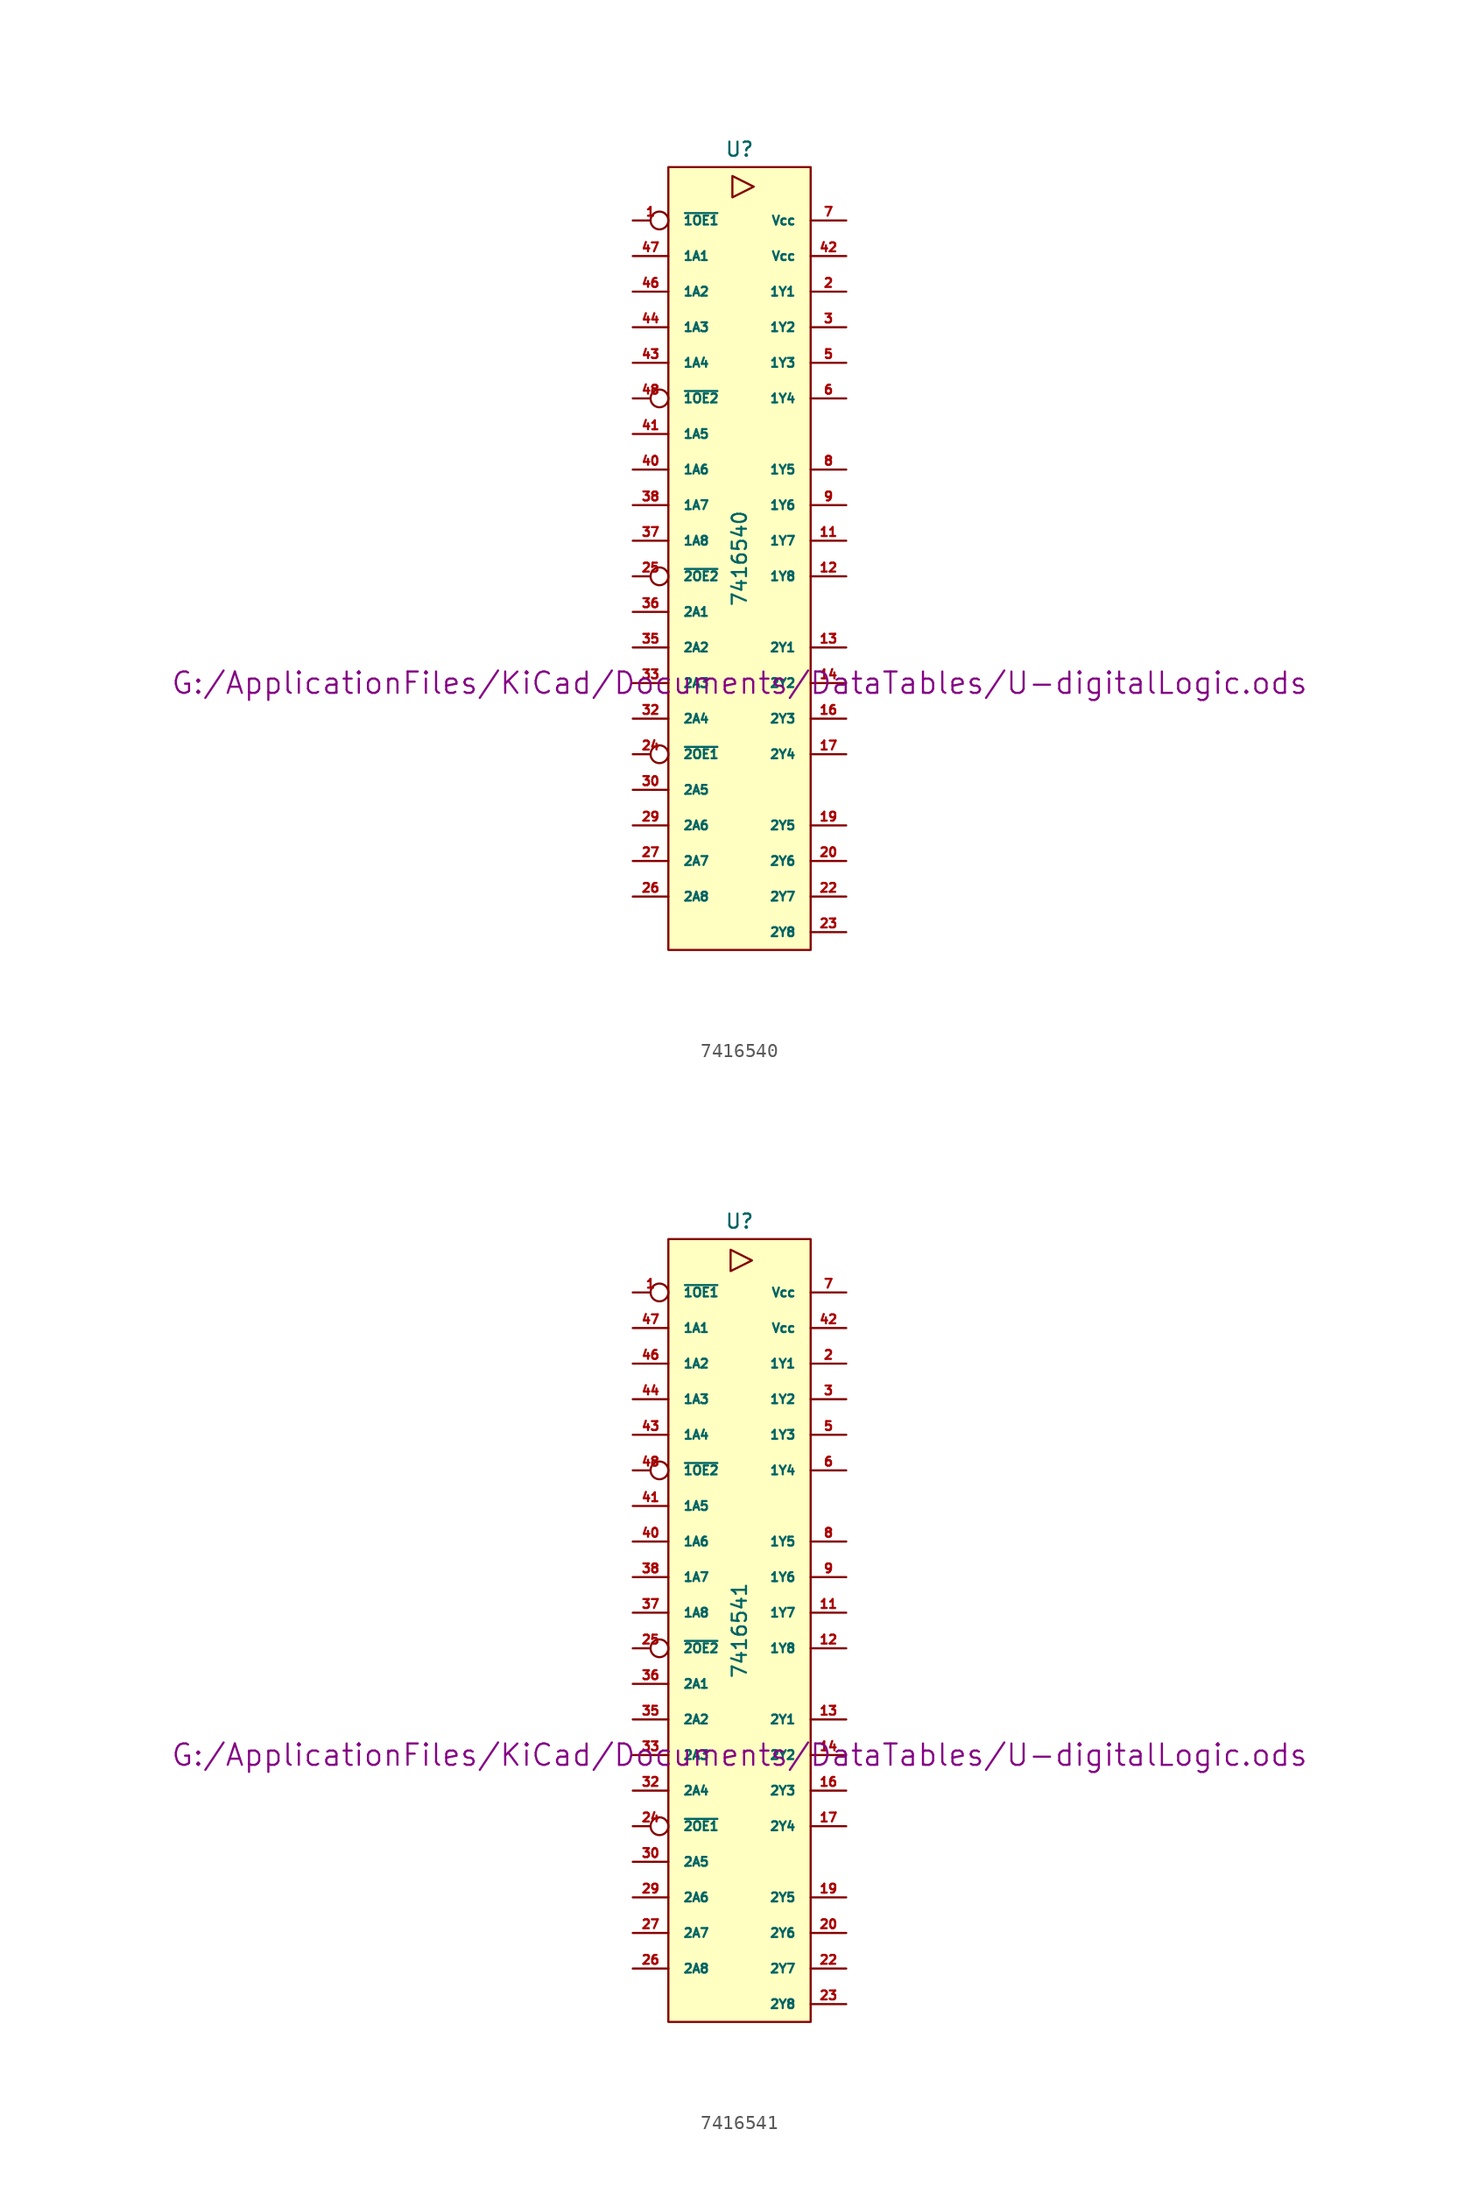
<source format=kicad_sym>
(kicad_symbol_lib
  (version 20211014)
  (generator kicad_symbol_editor)
  (symbol "7416540"
    (pin_names
      (offset 1.016))
    (property "Reference" "U"
      (at 0 29.21 0)
      (effects (font (size 1.016 1.016))))
    (property "Value" "7416540"
      (at 0 0 90)
      (effects (font (size 1.016 1.016))))
    (property "Footprint" ""
      (at 0 -8.89 0)
      (effects (font (size 1.524 1.524))))
    (property "Datasheet" "G:/ApplicationFiles/KiCad/Documents/DataTables/U-digitalLogic.ods"
      (at 0 -8.89 0)
      (effects (font (size 1.524 1.524))))
    (symbol "7416540_0_0"
      (polyline (pts (xy -0.508 27.305) (xy -0.508 25.781) (xy 1.016 26.543) (xy -0.508 27.305)) (stroke (width 0) (type default) (color 0 0 0 0)) (fill (type none))))
    (symbol "7416540_0_1"
      (rectangle (start -5.08 27.94) (end 5.08 -27.94) (stroke (width 0) (type default) (color 0 0 0 0)) (fill (type background))))
    (symbol "7416540_1_0"
      (pin power_in line (at -3.81 -27.94 270) (length 0) hide (name "DGND" (effects (font (size 0.762 0.762)))) (number "10" (effects (font (size 0.762 0.762)))))
      (pin power_in line (at -2.54 -27.94 270) (length 0) hide (name "DGND" (effects (font (size 0.762 0.762)))) (number "15" (effects (font (size 0.762 0.762)))))
      (pin power_in line (at -1.27 -27.94 270) (length 0) hide (name "DGND" (effects (font (size 0.762 0.762)))) (number "21" (effects (font (size 0.762 0.762)))))
      (pin power_in line (at 0 -27.94 270) (length 0) hide (name "DGND" (effects (font (size 0.762 0.762)))) (number "28" (effects (font (size 0.762 0.762)))))
      (pin power_in line (at 1.27 -27.94 270) (length 0) hide (name "DGND" (effects (font (size 0.762 0.762)))) (number "34" (effects (font (size 0.762 0.762)))))
      (pin power_in line (at 2.54 -27.94 270) (length 0) hide (name "DGND" (effects (font (size 0.762 0.762)))) (number "39" (effects (font (size 0.762 0.762)))))
      (pin power_in line (at -5.08 -27.94 270) (length 0) hide (name "DGND" (effects (font (size 0.762 0.762)))) (number "4" (effects (font (size 0.762 0.762)))))
      (pin power_in line (at 3.81 -27.94 270) (length 0) hide (name "DGND" (effects (font (size 0.762 0.762)))) (number "45" (effects (font (size 0.762 0.762))))))
    (symbol "7416540_1_1"
      (pin input inverted (at -7.62 24.13 0) (length 2.54) (name "~{1OE1}" (effects (font (size 0.635 0.635)))) (number "1" (effects (font (size 0.635 0.635)))))
      (pin tri_state line (at 7.62 1.27 180) (length 2.54) (name "1Y7" (effects (font (size 0.635 0.635)))) (number "11" (effects (font (size 0.635 0.635)))))
      (pin tri_state line (at 7.62 -1.27 180) (length 2.54) (name "1Y8" (effects (font (size 0.635 0.635)))) (number "12" (effects (font (size 0.635 0.635)))))
      (pin tri_state line (at 7.62 -6.35 180) (length 2.54) (name "2Y1" (effects (font (size 0.635 0.635)))) (number "13" (effects (font (size 0.635 0.635)))))
      (pin tri_state line (at 7.62 -8.89 180) (length 2.54) (name "2Y2" (effects (font (size 0.635 0.635)))) (number "14" (effects (font (size 0.635 0.635)))))
      (pin tri_state line (at 7.62 -11.43 180) (length 2.54) (name "2Y3" (effects (font (size 0.635 0.635)))) (number "16" (effects (font (size 0.635 0.635)))))
      (pin tri_state line (at 7.62 -13.97 180) (length 2.54) (name "2Y4" (effects (font (size 0.635 0.635)))) (number "17" (effects (font (size 0.635 0.635)))))
      (pin tri_state line (at 7.62 -19.05 180) (length 2.54) (name "2Y5" (effects (font (size 0.635 0.635)))) (number "19" (effects (font (size 0.635 0.635)))))
      (pin tri_state line (at 7.62 19.05 180) (length 2.54) (name "1Y1" (effects (font (size 0.635 0.635)))) (number "2" (effects (font (size 0.635 0.635)))))
      (pin tri_state line (at 7.62 -21.59 180) (length 2.54) (name "2Y6" (effects (font (size 0.635 0.635)))) (number "20" (effects (font (size 0.635 0.635)))))
      (pin tri_state line (at 7.62 -24.13 180) (length 2.54) (name "2Y7" (effects (font (size 0.635 0.635)))) (number "22" (effects (font (size 0.635 0.635)))))
      (pin tri_state line (at 7.62 -26.67 180) (length 2.54) (name "2Y8" (effects (font (size 0.635 0.635)))) (number "23" (effects (font (size 0.635 0.635)))))
      (pin input inverted (at -7.62 -13.97 0) (length 2.54) (name "~{2OE1}" (effects (font (size 0.635 0.635)))) (number "24" (effects (font (size 0.635 0.635)))))
      (pin input inverted (at -7.62 -1.27 0) (length 2.54) (name "~{2OE2}" (effects (font (size 0.635 0.635)))) (number "25" (effects (font (size 0.635 0.635)))))
      (pin input line (at -7.62 -24.13 0) (length 2.54) (name "2A8" (effects (font (size 0.635 0.635)))) (number "26" (effects (font (size 0.635 0.635)))))
      (pin input line (at -7.62 -21.59 0) (length 2.54) (name "2A7" (effects (font (size 0.635 0.635)))) (number "27" (effects (font (size 0.635 0.635)))))
      (pin input line (at -7.62 -19.05 0) (length 2.54) (name "2A6" (effects (font (size 0.635 0.635)))) (number "29" (effects (font (size 0.635 0.635)))))
      (pin tri_state line (at 7.62 16.51 180) (length 2.54) (name "1Y2" (effects (font (size 0.635 0.635)))) (number "3" (effects (font (size 0.635 0.635)))))
      (pin input line (at -7.62 -16.51 0) (length 2.54) (name "2A5" (effects (font (size 0.635 0.635)))) (number "30" (effects (font (size 0.635 0.635)))))
      (pin input line (at -7.62 -11.43 0) (length 2.54) (name "2A4" (effects (font (size 0.635 0.635)))) (number "32" (effects (font (size 0.635 0.635)))))
      (pin input line (at -7.62 -8.89 0) (length 2.54) (name "2A3" (effects (font (size 0.635 0.635)))) (number "33" (effects (font (size 0.635 0.635)))))
      (pin input line (at -7.62 -6.35 0) (length 2.54) (name "2A2" (effects (font (size 0.635 0.635)))) (number "35" (effects (font (size 0.635 0.635)))))
      (pin input line (at -7.62 -3.81 0) (length 2.54) (name "2A1" (effects (font (size 0.635 0.635)))) (number "36" (effects (font (size 0.635 0.635)))))
      (pin input line (at -7.62 1.27 0) (length 2.54) (name "1A8" (effects (font (size 0.635 0.635)))) (number "37" (effects (font (size 0.635 0.635)))))
      (pin input line (at -7.62 3.81 0) (length 2.54) (name "1A7" (effects (font (size 0.635 0.635)))) (number "38" (effects (font (size 0.635 0.635)))))
      (pin input line (at -7.62 6.35 0) (length 2.54) (name "1A6" (effects (font (size 0.635 0.635)))) (number "40" (effects (font (size 0.635 0.635)))))
      (pin input line (at -7.62 8.89 0) (length 2.54) (name "1A5" (effects (font (size 0.635 0.635)))) (number "41" (effects (font (size 0.635 0.635)))))
      (pin power_in line (at 7.62 21.59 180) (length 2.54) (name "Vcc" (effects (font (size 0.635 0.635)))) (number "42" (effects (font (size 0.635 0.635)))))
      (pin input line (at -7.62 13.97 0) (length 2.54) (name "1A4" (effects (font (size 0.635 0.635)))) (number "43" (effects (font (size 0.635 0.635)))))
      (pin input line (at -7.62 16.51 0) (length 2.54) (name "1A3" (effects (font (size 0.635 0.635)))) (number "44" (effects (font (size 0.635 0.635)))))
      (pin input line (at -7.62 19.05 0) (length 2.54) (name "1A2" (effects (font (size 0.635 0.635)))) (number "46" (effects (font (size 0.635 0.635)))))
      (pin input line (at -7.62 21.59 0) (length 2.54) (name "1A1" (effects (font (size 0.635 0.635)))) (number "47" (effects (font (size 0.635 0.635)))))
      (pin input inverted (at -7.62 11.43 0) (length 2.54) (name "~{1OE2}" (effects (font (size 0.635 0.635)))) (number "48" (effects (font (size 0.635 0.635)))))
      (pin tri_state line (at 7.62 13.97 180) (length 2.54) (name "1Y3" (effects (font (size 0.635 0.635)))) (number "5" (effects (font (size 0.635 0.635)))))
      (pin tri_state line (at 7.62 11.43 180) (length 2.54) (name "1Y4" (effects (font (size 0.635 0.635)))) (number "6" (effects (font (size 0.635 0.635)))))
      (pin power_in line (at 7.62 24.13 180) (length 2.54) (name "Vcc" (effects (font (size 0.635 0.635)))) (number "7" (effects (font (size 0.635 0.635)))))
      (pin tri_state line (at 7.62 6.35 180) (length 2.54) (name "1Y5" (effects (font (size 0.635 0.635)))) (number "8" (effects (font (size 0.635 0.635)))))
      (pin tri_state line (at 7.62 3.81 180) (length 2.54) (name "1Y6" (effects (font (size 0.635 0.635)))) (number "9" (effects (font (size 0.635 0.635)))))))
  (symbol "7416541"
    (pin_names
      (offset 1.016))
    (property "Reference" "U"
      (at 0 29.21 0)
      (effects (font (size 1.016 1.016))))
    (property "Value" "7416541"
      (at 0 0 90)
      (effects (font (size 1.016 1.016))))
    (property "Footprint" ""
      (at 0 -8.89 0)
      (effects (font (size 1.524 1.524))))
    (property "Datasheet" "G:/ApplicationFiles/KiCad/Documents/DataTables/U-digitalLogic.ods"
      (at 0 -8.89 0)
      (effects (font (size 1.524 1.524))))
    (symbol "7416541_0_0"
      (polyline (pts (xy -0.635 27.178) (xy -0.635 25.654) (xy 0.889 26.416) (xy -0.635 27.178)) (stroke (width 0) (type default) (color 0 0 0 0)) (fill (type none))))
    (symbol "7416541_0_1"
      (rectangle (start -5.08 27.94) (end 5.08 -27.94) (stroke (width 0) (type default) (color 0 0 0 0)) (fill (type background))))
    (symbol "7416541_1_0"
      (pin power_in line (at -3.81 -27.94 270) (length 0) hide (name "DGND" (effects (font (size 0.762 0.762)))) (number "10" (effects (font (size 0.762 0.762)))))
      (pin power_in line (at -2.54 -27.94 270) (length 0) hide (name "DGND" (effects (font (size 0.762 0.762)))) (number "15" (effects (font (size 0.762 0.762)))))
      (pin power_in line (at -1.27 -27.94 270) (length 0) hide (name "DGND" (effects (font (size 0.762 0.762)))) (number "21" (effects (font (size 0.762 0.762)))))
      (pin power_in line (at 0 -27.94 270) (length 0) hide (name "DGND" (effects (font (size 0.762 0.762)))) (number "28" (effects (font (size 0.762 0.762)))))
      (pin power_in line (at 1.27 -27.94 270) (length 0) hide (name "DGND" (effects (font (size 0.762 0.762)))) (number "34" (effects (font (size 0.762 0.762)))))
      (pin power_in line (at 2.54 -27.94 270) (length 0) hide (name "DGND" (effects (font (size 0.762 0.762)))) (number "39" (effects (font (size 0.762 0.762)))))
      (pin power_in line (at -5.08 -27.94 270) (length 0) hide (name "DGND" (effects (font (size 0.762 0.762)))) (number "4" (effects (font (size 0.762 0.762)))))
      (pin power_in line (at 3.81 -27.94 270) (length 0) hide (name "DGND" (effects (font (size 0.762 0.762)))) (number "45" (effects (font (size 0.762 0.762))))))
    (symbol "7416541_1_1"
      (pin input inverted (at -7.62 24.13 0) (length 2.54) (name "~{1OE1}" (effects (font (size 0.635 0.635)))) (number "1" (effects (font (size 0.635 0.635)))))
      (pin tri_state line (at 7.62 1.27 180) (length 2.54) (name "1Y7" (effects (font (size 0.635 0.635)))) (number "11" (effects (font (size 0.635 0.635)))))
      (pin tri_state line (at 7.62 -1.27 180) (length 2.54) (name "1Y8" (effects (font (size 0.635 0.635)))) (number "12" (effects (font (size 0.635 0.635)))))
      (pin tri_state line (at 7.62 -6.35 180) (length 2.54) (name "2Y1" (effects (font (size 0.635 0.635)))) (number "13" (effects (font (size 0.635 0.635)))))
      (pin tri_state line (at 7.62 -8.89 180) (length 2.54) (name "2Y2" (effects (font (size 0.635 0.635)))) (number "14" (effects (font (size 0.635 0.635)))))
      (pin tri_state line (at 7.62 -11.43 180) (length 2.54) (name "2Y3" (effects (font (size 0.635 0.635)))) (number "16" (effects (font (size 0.635 0.635)))))
      (pin tri_state line (at 7.62 -13.97 180) (length 2.54) (name "2Y4" (effects (font (size 0.635 0.635)))) (number "17" (effects (font (size 0.635 0.635)))))
      (pin tri_state line (at 7.62 -19.05 180) (length 2.54) (name "2Y5" (effects (font (size 0.635 0.635)))) (number "19" (effects (font (size 0.635 0.635)))))
      (pin tri_state line (at 7.62 19.05 180) (length 2.54) (name "1Y1" (effects (font (size 0.635 0.635)))) (number "2" (effects (font (size 0.635 0.635)))))
      (pin tri_state line (at 7.62 -21.59 180) (length 2.54) (name "2Y6" (effects (font (size 0.635 0.635)))) (number "20" (effects (font (size 0.635 0.635)))))
      (pin tri_state line (at 7.62 -24.13 180) (length 2.54) (name "2Y7" (effects (font (size 0.635 0.635)))) (number "22" (effects (font (size 0.635 0.635)))))
      (pin tri_state line (at 7.62 -26.67 180) (length 2.54) (name "2Y8" (effects (font (size 0.635 0.635)))) (number "23" (effects (font (size 0.635 0.635)))))
      (pin input inverted (at -7.62 -13.97 0) (length 2.54) (name "~{2OE1}" (effects (font (size 0.635 0.635)))) (number "24" (effects (font (size 0.635 0.635)))))
      (pin input inverted (at -7.62 -1.27 0) (length 2.54) (name "~{2OE2}" (effects (font (size 0.635 0.635)))) (number "25" (effects (font (size 0.635 0.635)))))
      (pin input line (at -7.62 -24.13 0) (length 2.54) (name "2A8" (effects (font (size 0.635 0.635)))) (number "26" (effects (font (size 0.635 0.635)))))
      (pin input line (at -7.62 -21.59 0) (length 2.54) (name "2A7" (effects (font (size 0.635 0.635)))) (number "27" (effects (font (size 0.635 0.635)))))
      (pin input line (at -7.62 -19.05 0) (length 2.54) (name "2A6" (effects (font (size 0.635 0.635)))) (number "29" (effects (font (size 0.635 0.635)))))
      (pin tri_state line (at 7.62 16.51 180) (length 2.54) (name "1Y2" (effects (font (size 0.635 0.635)))) (number "3" (effects (font (size 0.635 0.635)))))
      (pin input line (at -7.62 -16.51 0) (length 2.54) (name "2A5" (effects (font (size 0.635 0.635)))) (number "30" (effects (font (size 0.635 0.635)))))
      (pin input line (at -7.62 -11.43 0) (length 2.54) (name "2A4" (effects (font (size 0.635 0.635)))) (number "32" (effects (font (size 0.635 0.635)))))
      (pin input line (at -7.62 -8.89 0) (length 2.54) (name "2A3" (effects (font (size 0.635 0.635)))) (number "33" (effects (font (size 0.635 0.635)))))
      (pin input line (at -7.62 -6.35 0) (length 2.54) (name "2A2" (effects (font (size 0.635 0.635)))) (number "35" (effects (font (size 0.635 0.635)))))
      (pin input line (at -7.62 -3.81 0) (length 2.54) (name "2A1" (effects (font (size 0.635 0.635)))) (number "36" (effects (font (size 0.635 0.635)))))
      (pin input line (at -7.62 1.27 0) (length 2.54) (name "1A8" (effects (font (size 0.635 0.635)))) (number "37" (effects (font (size 0.635 0.635)))))
      (pin input line (at -7.62 3.81 0) (length 2.54) (name "1A7" (effects (font (size 0.635 0.635)))) (number "38" (effects (font (size 0.635 0.635)))))
      (pin input line (at -7.62 6.35 0) (length 2.54) (name "1A6" (effects (font (size 0.635 0.635)))) (number "40" (effects (font (size 0.635 0.635)))))
      (pin input line (at -7.62 8.89 0) (length 2.54) (name "1A5" (effects (font (size 0.635 0.635)))) (number "41" (effects (font (size 0.635 0.635)))))
      (pin power_in line (at 7.62 21.59 180) (length 2.54) (name "Vcc" (effects (font (size 0.635 0.635)))) (number "42" (effects (font (size 0.635 0.635)))))
      (pin input line (at -7.62 13.97 0) (length 2.54) (name "1A4" (effects (font (size 0.635 0.635)))) (number "43" (effects (font (size 0.635 0.635)))))
      (pin input line (at -7.62 16.51 0) (length 2.54) (name "1A3" (effects (font (size 0.635 0.635)))) (number "44" (effects (font (size 0.635 0.635)))))
      (pin input line (at -7.62 19.05 0) (length 2.54) (name "1A2" (effects (font (size 0.635 0.635)))) (number "46" (effects (font (size 0.635 0.635)))))
      (pin input line (at -7.62 21.59 0) (length 2.54) (name "1A1" (effects (font (size 0.635 0.635)))) (number "47" (effects (font (size 0.635 0.635)))))
      (pin input inverted (at -7.62 11.43 0) (length 2.54) (name "~{1OE2}" (effects (font (size 0.635 0.635)))) (number "48" (effects (font (size 0.635 0.635)))))
      (pin tri_state line (at 7.62 13.97 180) (length 2.54) (name "1Y3" (effects (font (size 0.635 0.635)))) (number "5" (effects (font (size 0.635 0.635)))))
      (pin tri_state line (at 7.62 11.43 180) (length 2.54) (name "1Y4" (effects (font (size 0.635 0.635)))) (number "6" (effects (font (size 0.635 0.635)))))
      (pin power_in line (at 7.62 24.13 180) (length 2.54) (name "Vcc" (effects (font (size 0.635 0.635)))) (number "7" (effects (font (size 0.635 0.635)))))
      (pin tri_state line (at 7.62 6.35 180) (length 2.54) (name "1Y5" (effects (font (size 0.635 0.635)))) (number "8" (effects (font (size 0.635 0.635)))))
      (pin tri_state line (at 7.62 3.81 180) (length 2.54) (name "1Y6" (effects (font (size 0.635 0.635)))) (number "9" (effects (font (size 0.635 0.635))))))))
</source>
